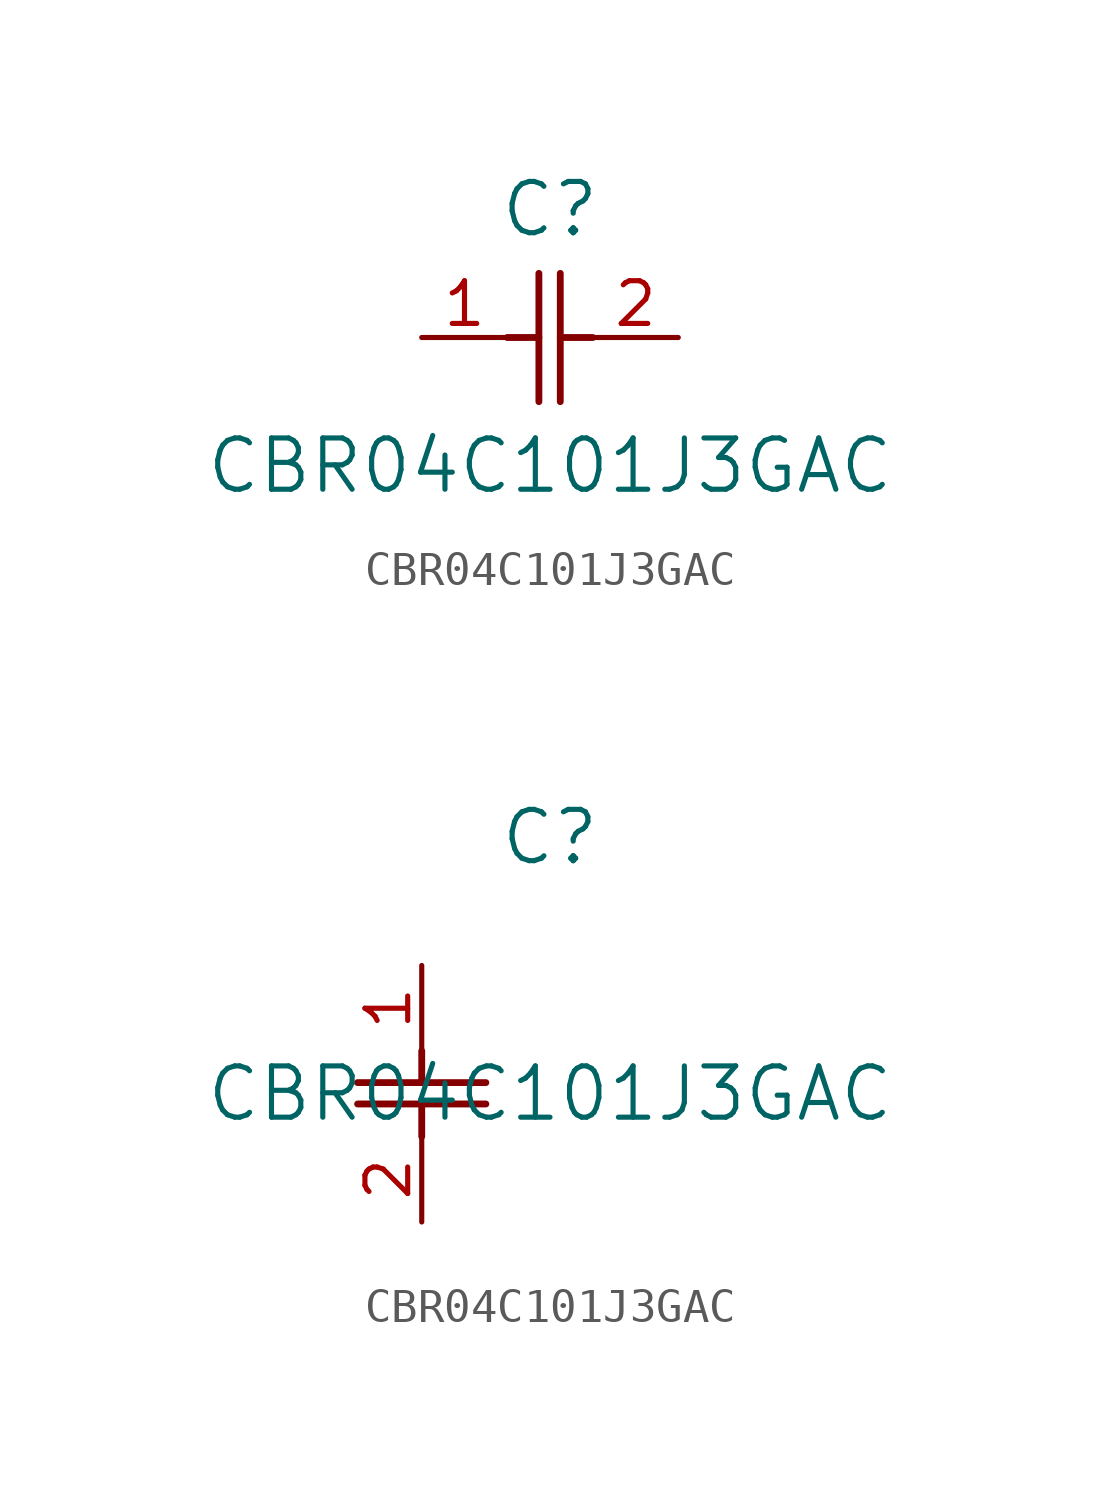
<source format=kicad_sym>
(kicad_symbol_lib
  (version 20211014)
  (generator kicad_symbol_editor)
  (symbol "CBR04C101J3GAC"
    (pin_names
      (offset 0.254))
    (property "Reference" "C"
      (at 3.81 3.81 0)
      (effects (font (size 1.524 1.524))))
    (property "Value" "CBR04C101J3GAC"
      (at 3.81 -3.81 0)
      (effects (font (size 1.524 1.524))))
    (symbol "CBR04C101J3GAC_1_1"
      (polyline (pts (xy 3.48 -1.905) (xy 3.48 1.905)) (stroke (width 0.203) (type default) (color 0 0 0 0)) (fill (type none)))
      (polyline (pts (xy 4.115 -1.905) (xy 4.115 1.905)) (stroke (width 0.203) (type default) (color 0 0 0 0)) (fill (type none)))
      (polyline (pts (xy 4.115 0) (xy 5.08 0)) (stroke (width 0.203) (type default) (color 0 0 0 0)) (fill (type none)))
      (polyline (pts (xy 2.54 0) (xy 3.48 0)) (stroke (width 0.203) (type default) (color 0 0 0 0)) (fill (type none)))
      (pin unspecified line (at 0 0 0) (length 2.54) (name "" (effects (font (size 1.27 1.27)))) (number "1" (effects (font (size 1.27 1.27)))))
      (pin unspecified line (at 7.62 0 180) (length 2.54) (name "" (effects (font (size 1.27 1.27)))) (number "2" (effects (font (size 1.27 1.27))))))
    (symbol "CBR04C101J3GAC_1_2"
      (polyline (pts (xy -1.905 -3.48) (xy 1.905 -3.48)) (stroke (width 0.203) (type default) (color 0 0 0 0)) (fill (type none)))
      (polyline (pts (xy -1.905 -4.115) (xy 1.905 -4.115)) (stroke (width 0.203) (type default) (color 0 0 0 0)) (fill (type none)))
      (polyline (pts (xy 0 -4.115) (xy 0 -5.08)) (stroke (width 0.203) (type default) (color 0 0 0 0)) (fill (type none)))
      (polyline (pts (xy 0 -2.54) (xy 0 -3.48)) (stroke (width 0.203) (type default) (color 0 0 0 0)) (fill (type none)))
      (pin unspecified line (at 0 0 270) (length 2.54) (name "" (effects (font (size 1.27 1.27)))) (number "1" (effects (font (size 1.27 1.27)))))
      (pin unspecified line (at 0 -7.62 90) (length 2.54) (name "" (effects (font (size 1.27 1.27)))) (number "2" (effects (font (size 1.27 1.27))))))))
</source>
